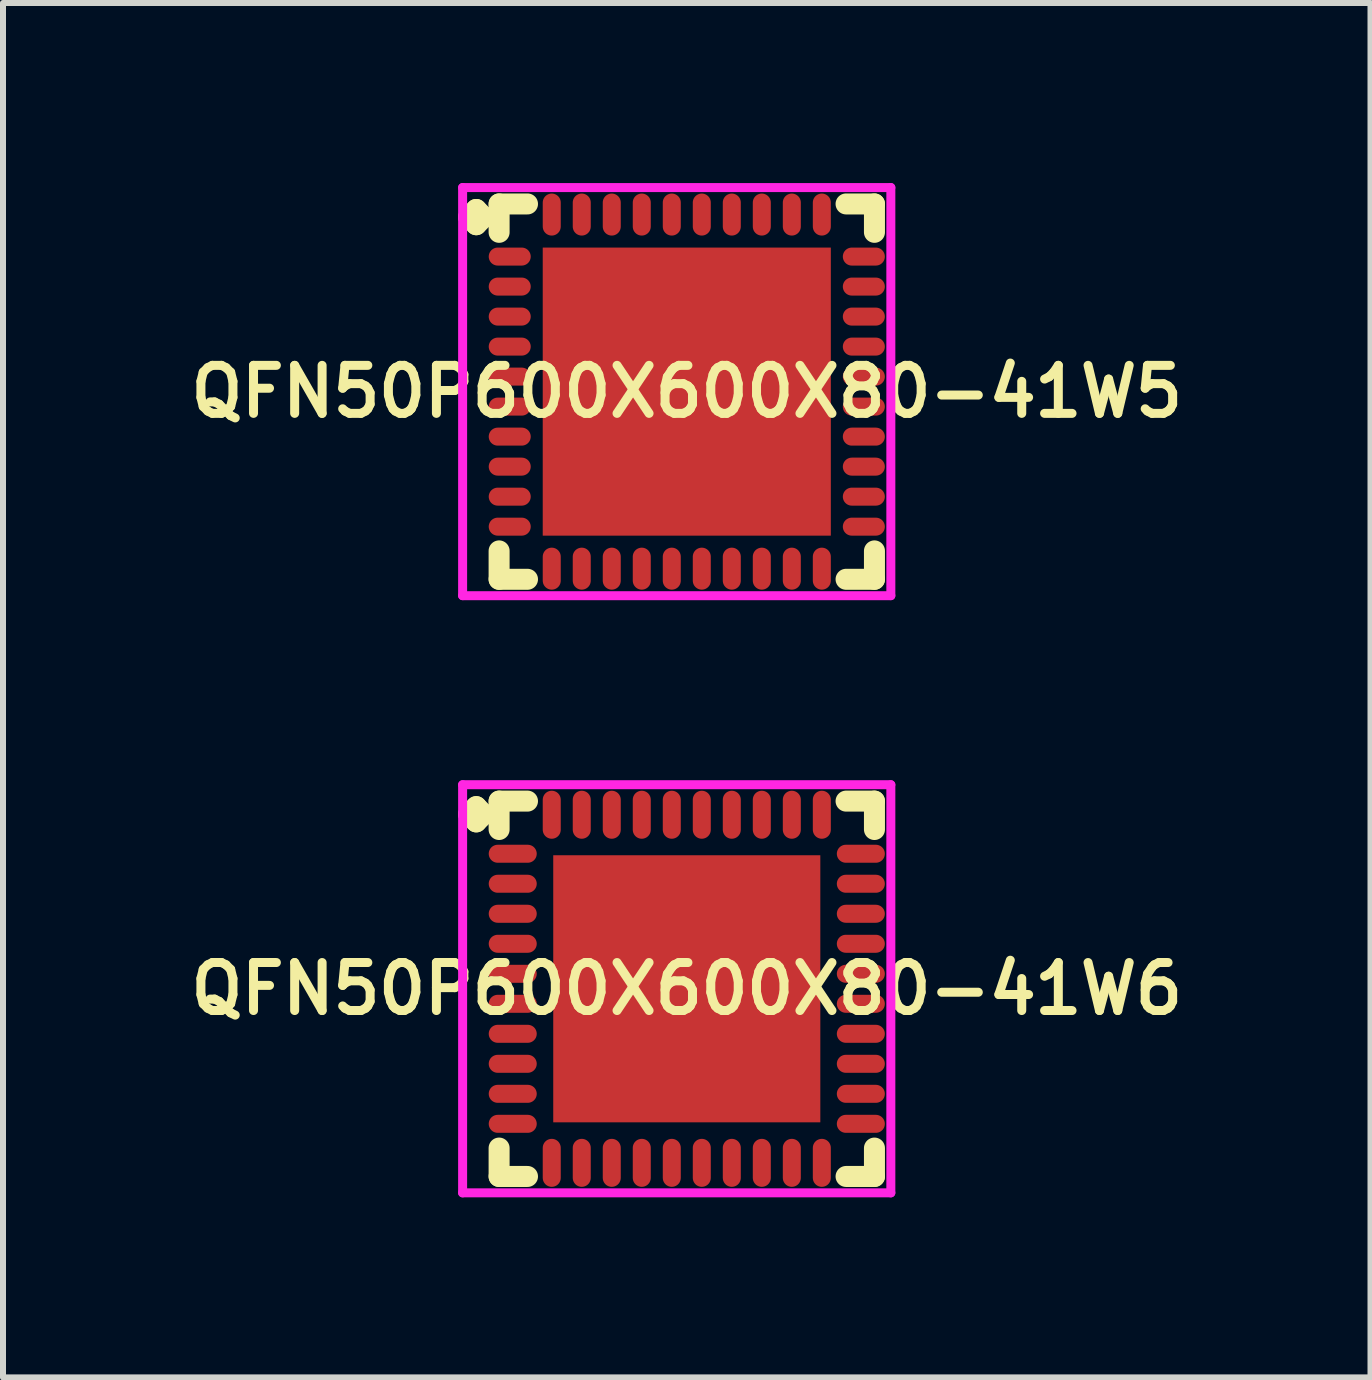
<source format=kicad_pcb>
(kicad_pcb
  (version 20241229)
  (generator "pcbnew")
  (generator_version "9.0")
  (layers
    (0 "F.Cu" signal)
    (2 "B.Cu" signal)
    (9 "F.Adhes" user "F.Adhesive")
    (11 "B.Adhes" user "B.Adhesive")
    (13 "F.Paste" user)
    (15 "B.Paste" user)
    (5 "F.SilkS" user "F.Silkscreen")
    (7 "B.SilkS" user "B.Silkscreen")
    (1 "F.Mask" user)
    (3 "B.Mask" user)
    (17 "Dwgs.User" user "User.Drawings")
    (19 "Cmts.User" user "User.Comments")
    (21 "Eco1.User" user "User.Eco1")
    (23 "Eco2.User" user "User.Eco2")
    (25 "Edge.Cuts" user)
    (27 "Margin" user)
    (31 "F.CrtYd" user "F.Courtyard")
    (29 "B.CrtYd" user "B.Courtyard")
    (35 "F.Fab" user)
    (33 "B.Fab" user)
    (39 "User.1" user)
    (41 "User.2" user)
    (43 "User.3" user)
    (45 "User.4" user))
  (footprint "QFN50P600X600X80-41W6"
    (layer "F.Cu")
    (at 8.393 13.425)
    (property "Reference" "QFN50P600X600X80-41W6" (at 0 0 0) (layer "F.SilkS") (effects (font (size 0.8 0.8) (thickness 0.15))))
    (attr smd)
    (fp_line (start -3.635 -2.908) (end -3.508 -3.035) (stroke (width 0.35) (type solid)) (layer "F.SilkS"))
    (fp_line (start -3.508 -3.035) (end -3.381 -2.908) (stroke (width 0.35) (type solid)) (layer "F.SilkS"))
    (fp_line (start -3.508 -2.781) (end -3.635 -2.908) (stroke (width 0.35) (type solid)) (layer "F.SilkS"))
    (fp_line (start -3.381 -2.908) (end -3.508 -2.781) (stroke (width 0.35) (type solid)) (layer "F.SilkS"))
    (fp_line (start -3.127 -3.127) (end -2.654 -3.127) (stroke (width 0.35) (type solid)) (layer "F.SilkS"))
    (fp_line (start -3.127 -2.654) (end -3.127 -3.127) (stroke (width 0.35) (type solid)) (layer "F.SilkS"))
    (fp_line (start -3.127 2.654) (end -3.127 3.127) (stroke (width 0.35) (type solid)) (layer "F.SilkS"))
    (fp_line (start -3.127 3.127) (end -2.654 3.127) (stroke (width 0.35) (type solid)) (layer "F.SilkS"))
    (fp_line (start 2.654 -3.127) (end 3.127 -3.127) (stroke (width 0.35) (type solid)) (layer "F.SilkS"))
    (fp_line (start 2.654 3.127) (end 3.127 3.127) (stroke (width 0.35) (type solid)) (layer "F.SilkS"))
    (fp_line (start 3.127 -3.127) (end 3.127 -2.654) (stroke (width 0.35) (type solid)) (layer "F.SilkS"))
    (fp_line (start 3.127 3.127) (end 3.127 2.654) (stroke (width 0.35) (type solid)) (layer "F.SilkS"))
    (fp_line (start -3.735 -3.4) (end 3.4 -3.4) (stroke (width 0.15) (type solid)) (layer "F.CrtYd"))
    (fp_line (start -3.735 3.4) (end -3.735 -3.4) (stroke (width 0.15) (type solid)) (layer "F.CrtYd"))
    (fp_line (start 3.4 -3.4) (end 3.4 3.4) (stroke (width 0.15) (type solid)) (layer "F.CrtYd"))
    (fp_line (start 3.4 3.4) (end -3.735 3.4) (stroke (width 0.15) (type solid)) (layer "F.CrtYd"))
    (pad "1" smd oval (at -2.9 -2.25) (size 0.8 0.3) (layers "F.Cu" "F.Mask" "F.Paste"))
    (pad "2" smd oval (at -2.9 -1.75) (size 0.8 0.3) (layers "F.Cu" "F.Mask" "F.Paste"))
    (pad "3" smd oval (at -2.9 -1.25) (size 0.8 0.3) (layers "F.Cu" "F.Mask" "F.Paste"))
    (pad "4" smd oval (at -2.9 -0.75) (size 0.8 0.3) (layers "F.Cu" "F.Mask" "F.Paste"))
    (pad "5" smd oval (at -2.9 -0.25) (size 0.8 0.3) (layers "F.Cu" "F.Mask" "F.Paste"))
    (pad "6" smd oval (at -2.9 0.25) (size 0.8 0.3) (layers "F.Cu" "F.Mask" "F.Paste"))
    (pad "7" smd oval (at -2.9 0.75) (size 0.8 0.3) (layers "F.Cu" "F.Mask" "F.Paste"))
    (pad "8" smd oval (at -2.9 1.25) (size 0.8 0.3) (layers "F.Cu" "F.Mask" "F.Paste"))
    (pad "9" smd oval (at -2.9 1.75) (size 0.8 0.3) (layers "F.Cu" "F.Mask" "F.Paste"))
    (pad "10" smd oval (at -2.9 2.25) (size 0.8 0.3) (layers "F.Cu" "F.Mask" "F.Paste"))
    (pad "11" smd oval (at -2.25 2.9) (size 0.3 0.8) (layers "F.Cu" "F.Mask" "F.Paste"))
    (pad "12" smd oval (at -1.75 2.9) (size 0.3 0.8) (layers "F.Cu" "F.Mask" "F.Paste"))
    (pad "13" smd oval (at -1.25 2.9) (size 0.3 0.8) (layers "F.Cu" "F.Mask" "F.Paste"))
    (pad "14" smd oval (at -0.75 2.9) (size 0.3 0.8) (layers "F.Cu" "F.Mask" "F.Paste"))
    (pad "15" smd oval (at -0.25 2.9) (size 0.3 0.8) (layers "F.Cu" "F.Mask" "F.Paste"))
    (pad "16" smd oval (at 0.25 2.9) (size 0.3 0.8) (layers "F.Cu" "F.Mask" "F.Paste"))
    (pad "17" smd oval (at 0.75 2.9) (size 0.3 0.8) (layers "F.Cu" "F.Mask" "F.Paste"))
    (pad "18" smd oval (at 1.25 2.9) (size 0.3 0.8) (layers "F.Cu" "F.Mask" "F.Paste"))
    (pad "19" smd oval (at 1.75 2.9) (size 0.3 0.8) (layers "F.Cu" "F.Mask" "F.Paste"))
    (pad "20" smd oval (at 2.25 2.9) (size 0.3 0.8) (layers "F.Cu" "F.Mask" "F.Paste"))
    (pad "21" smd oval (at 2.9 2.25) (size 0.8 0.3) (layers "F.Cu" "F.Mask" "F.Paste"))
    (pad "22" smd oval (at 2.9 1.75) (size 0.8 0.3) (layers "F.Cu" "F.Mask" "F.Paste"))
    (pad "23" smd oval (at 2.9 1.25) (size 0.8 0.3) (layers "F.Cu" "F.Mask" "F.Paste"))
    (pad "24" smd oval (at 2.9 0.75) (size 0.8 0.3) (layers "F.Cu" "F.Mask" "F.Paste"))
    (pad "25" smd oval (at 2.9 0.25) (size 0.8 0.3) (layers "F.Cu" "F.Mask" "F.Paste"))
    (pad "26" smd oval (at 2.9 -0.25) (size 0.8 0.3) (layers "F.Cu" "F.Mask" "F.Paste"))
    (pad "27" smd oval (at 2.9 -0.75) (size 0.8 0.3) (layers "F.Cu" "F.Mask" "F.Paste"))
    (pad "28" smd oval (at 2.9 -1.25) (size 0.8 0.3) (layers "F.Cu" "F.Mask" "F.Paste"))
    (pad "29" smd oval (at 2.9 -1.75) (size 0.8 0.3) (layers "F.Cu" "F.Mask" "F.Paste"))
    (pad "30" smd oval (at 2.9 -2.25) (size 0.8 0.3) (layers "F.Cu" "F.Mask" "F.Paste"))
    (pad "31" smd oval (at 2.25 -2.9) (size 0.3 0.8) (layers "F.Cu" "F.Mask" "F.Paste"))
    (pad "32" smd oval (at 1.75 -2.9) (size 0.3 0.8) (layers "F.Cu" "F.Mask" "F.Paste"))
    (pad "33" smd oval (at 1.25 -2.9) (size 0.3 0.8) (layers "F.Cu" "F.Mask" "F.Paste"))
    (pad "34" smd oval (at 0.75 -2.9) (size 0.3 0.8) (layers "F.Cu" "F.Mask" "F.Paste"))
    (pad "35" smd oval (at 0.25 -2.9) (size 0.3 0.8) (layers "F.Cu" "F.Mask" "F.Paste"))
    (pad "36" smd oval (at -0.25 -2.9) (size 0.3 0.8) (layers "F.Cu" "F.Mask" "F.Paste"))
    (pad "37" smd oval (at -0.75 -2.9) (size 0.3 0.8) (layers "F.Cu" "F.Mask" "F.Paste"))
    (pad "38" smd oval (at -1.25 -2.9) (size 0.3 0.8) (layers "F.Cu" "F.Mask" "F.Paste"))
    (pad "39" smd oval (at -1.75 -2.9) (size 0.3 0.8) (layers "F.Cu" "F.Mask" "F.Paste"))
    (pad "40" smd oval (at -2.25 -2.9) (size 0.3 0.8) (layers "F.Cu" "F.Mask" "F.Paste"))
    (pad "41" smd rect (at 0 0) (size 4.45 4.45) (layers "F.Cu" "F.Mask" "F.Paste")))
  (footprint "QFN50P600X600X80-41W5"
    (layer "F.Cu")
    (at 8.393 3.475)
    (property "Reference" "QFN50P600X600X80-41W5" (at 0 0 0) (layer "F.SilkS") (effects (font (size 0.8 0.8) (thickness 0.15))))
    (attr smd)
    (fp_line (start -3.635 -2.908) (end -3.508 -3.035) (stroke (width 0.35) (type solid)) (layer "F.SilkS"))
    (fp_line (start -3.508 -3.035) (end -3.381 -2.908) (stroke (width 0.35) (type solid)) (layer "F.SilkS"))
    (fp_line (start -3.508 -2.781) (end -3.635 -2.908) (stroke (width 0.35) (type solid)) (layer "F.SilkS"))
    (fp_line (start -3.381 -2.908) (end -3.508 -2.781) (stroke (width 0.35) (type solid)) (layer "F.SilkS"))
    (fp_line (start -3.127 -3.127) (end -2.654 -3.127) (stroke (width 0.35) (type solid)) (layer "F.SilkS"))
    (fp_line (start -3.127 -2.654) (end -3.127 -3.127) (stroke (width 0.35) (type solid)) (layer "F.SilkS"))
    (fp_line (start -3.127 2.654) (end -3.127 3.127) (stroke (width 0.35) (type solid)) (layer "F.SilkS"))
    (fp_line (start -3.127 3.127) (end -2.654 3.127) (stroke (width 0.35) (type solid)) (layer "F.SilkS"))
    (fp_line (start 2.654 -3.127) (end 3.127 -3.127) (stroke (width 0.35) (type solid)) (layer "F.SilkS"))
    (fp_line (start 2.654 3.127) (end 3.127 3.127) (stroke (width 0.35) (type solid)) (layer "F.SilkS"))
    (fp_line (start 3.127 -3.127) (end 3.127 -2.654) (stroke (width 0.35) (type solid)) (layer "F.SilkS"))
    (fp_line (start 3.127 3.127) (end 3.127 2.654) (stroke (width 0.35) (type solid)) (layer "F.SilkS"))
    (fp_line (start -3.735 -3.4) (end 3.4 -3.4) (stroke (width 0.15) (type solid)) (layer "F.CrtYd"))
    (fp_line (start -3.735 3.4) (end -3.735 -3.4) (stroke (width 0.15) (type solid)) (layer "F.CrtYd"))
    (fp_line (start 3.4 -3.4) (end 3.4 3.4) (stroke (width 0.15) (type solid)) (layer "F.CrtYd"))
    (fp_line (start 3.4 3.4) (end -3.735 3.4) (stroke (width 0.15) (type solid)) (layer "F.CrtYd"))
    (pad "1" smd oval (at -2.95 -2.25) (size 0.7 0.3) (layers "F.Cu" "F.Mask" "F.Paste"))
    (pad "2" smd oval (at -2.95 -1.75) (size 0.7 0.3) (layers "F.Cu" "F.Mask" "F.Paste"))
    (pad "3" smd oval (at -2.95 -1.25) (size 0.7 0.3) (layers "F.Cu" "F.Mask" "F.Paste"))
    (pad "4" smd oval (at -2.95 -0.75) (size 0.7 0.3) (layers "F.Cu" "F.Mask" "F.Paste"))
    (pad "5" smd oval (at -2.95 -0.25) (size 0.7 0.3) (layers "F.Cu" "F.Mask" "F.Paste"))
    (pad "6" smd oval (at -2.95 0.25) (size 0.7 0.3) (layers "F.Cu" "F.Mask" "F.Paste"))
    (pad "7" smd oval (at -2.95 0.75) (size 0.7 0.3) (layers "F.Cu" "F.Mask" "F.Paste"))
    (pad "8" smd oval (at -2.95 1.25) (size 0.7 0.3) (layers "F.Cu" "F.Mask" "F.Paste"))
    (pad "9" smd oval (at -2.95 1.75) (size 0.7 0.3) (layers "F.Cu" "F.Mask" "F.Paste"))
    (pad "10" smd oval (at -2.95 2.25) (size 0.7 0.3) (layers "F.Cu" "F.Mask" "F.Paste"))
    (pad "11" smd oval (at -2.25 2.95) (size 0.3 0.7) (layers "F.Cu" "F.Mask" "F.Paste"))
    (pad "12" smd oval (at -1.75 2.95) (size 0.3 0.7) (layers "F.Cu" "F.Mask" "F.Paste"))
    (pad "13" smd oval (at -1.25 2.95) (size 0.3 0.7) (layers "F.Cu" "F.Mask" "F.Paste"))
    (pad "14" smd oval (at -0.75 2.95) (size 0.3 0.7) (layers "F.Cu" "F.Mask" "F.Paste"))
    (pad "15" smd oval (at -0.25 2.95) (size 0.3 0.7) (layers "F.Cu" "F.Mask" "F.Paste"))
    (pad "16" smd oval (at 0.25 2.95) (size 0.3 0.7) (layers "F.Cu" "F.Mask" "F.Paste"))
    (pad "17" smd oval (at 0.75 2.95) (size 0.3 0.7) (layers "F.Cu" "F.Mask" "F.Paste"))
    (pad "18" smd oval (at 1.25 2.95) (size 0.3 0.7) (layers "F.Cu" "F.Mask" "F.Paste"))
    (pad "19" smd oval (at 1.75 2.95) (size 0.3 0.7) (layers "F.Cu" "F.Mask" "F.Paste"))
    (pad "20" smd oval (at 2.25 2.95) (size 0.3 0.7) (layers "F.Cu" "F.Mask" "F.Paste"))
    (pad "21" smd oval (at 2.95 2.25) (size 0.7 0.3) (layers "F.Cu" "F.Mask" "F.Paste"))
    (pad "22" smd oval (at 2.95 1.75) (size 0.7 0.3) (layers "F.Cu" "F.Mask" "F.Paste"))
    (pad "23" smd oval (at 2.95 1.25) (size 0.7 0.3) (layers "F.Cu" "F.Mask" "F.Paste"))
    (pad "24" smd oval (at 2.95 0.75) (size 0.7 0.3) (layers "F.Cu" "F.Mask" "F.Paste"))
    (pad "25" smd oval (at 2.95 0.25) (size 0.7 0.3) (layers "F.Cu" "F.Mask" "F.Paste"))
    (pad "26" smd oval (at 2.95 -0.25) (size 0.7 0.3) (layers "F.Cu" "F.Mask" "F.Paste"))
    (pad "27" smd oval (at 2.95 -0.75) (size 0.7 0.3) (layers "F.Cu" "F.Mask" "F.Paste"))
    (pad "28" smd oval (at 2.95 -1.25) (size 0.7 0.3) (layers "F.Cu" "F.Mask" "F.Paste"))
    (pad "29" smd oval (at 2.95 -1.75) (size 0.7 0.3) (layers "F.Cu" "F.Mask" "F.Paste"))
    (pad "30" smd oval (at 2.95 -2.25) (size 0.7 0.3) (layers "F.Cu" "F.Mask" "F.Paste"))
    (pad "31" smd oval (at 2.25 -2.95) (size 0.3 0.7) (layers "F.Cu" "F.Mask" "F.Paste"))
    (pad "32" smd oval (at 1.75 -2.95) (size 0.3 0.7) (layers "F.Cu" "F.Mask" "F.Paste"))
    (pad "33" smd oval (at 1.25 -2.95) (size 0.3 0.7) (layers "F.Cu" "F.Mask" "F.Paste"))
    (pad "34" smd oval (at 0.75 -2.95) (size 0.3 0.7) (layers "F.Cu" "F.Mask" "F.Paste"))
    (pad "35" smd oval (at 0.25 -2.95) (size 0.3 0.7) (layers "F.Cu" "F.Mask" "F.Paste"))
    (pad "36" smd oval (at -0.25 -2.95) (size 0.3 0.7) (layers "F.Cu" "F.Mask" "F.Paste"))
    (pad "37" smd oval (at -0.75 -2.95) (size 0.3 0.7) (layers "F.Cu" "F.Mask" "F.Paste"))
    (pad "38" smd oval (at -1.25 -2.95) (size 0.3 0.7) (layers "F.Cu" "F.Mask" "F.Paste"))
    (pad "39" smd oval (at -1.75 -2.95) (size 0.3 0.7) (layers "F.Cu" "F.Mask" "F.Paste"))
    (pad "40" smd oval (at -2.25 -2.95) (size 0.3 0.7) (layers "F.Cu" "F.Mask" "F.Paste"))
    (pad "41" smd rect (at 0 0) (size 4.8 4.8) (layers "F.Cu" "F.Mask" "F.Paste")))
  (gr_rect
    (start -3 -3)
    (end 19.785 19.9)
    (stroke (width 0.1) (type default))
    (fill no)
    (layer "Edge.Cuts")))
</source>
